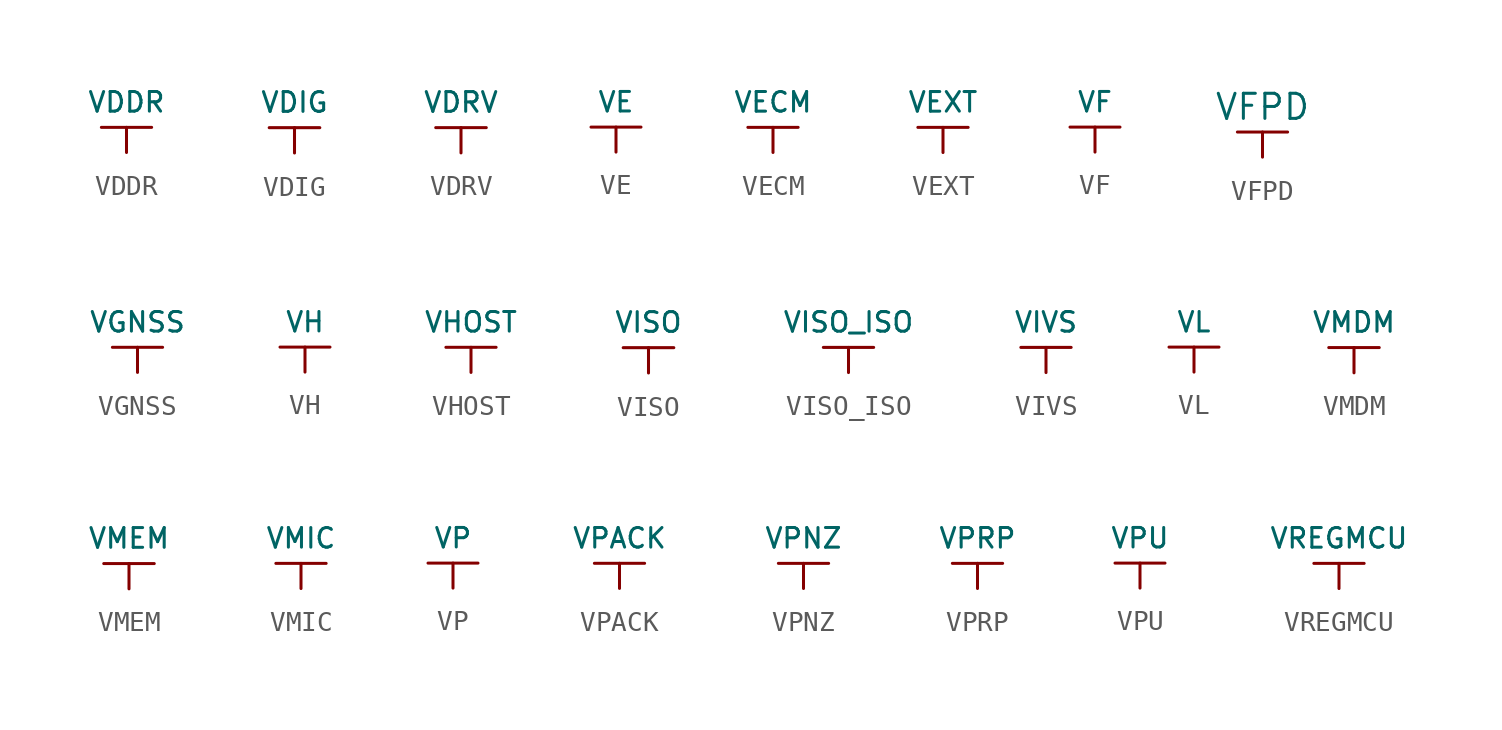
<source format=kicad_sym>
(kicad_symbol_lib
  (version 20220914)
  (generator kicad_symbol_editor)
  (symbol "VDDR"
    (power)
    (pin_numbers hide)
    (pin_names
      (offset 0) hide)
    (property "Reference" "#PWR"
      (at 0 -2.54 0)
      (effects (font (size 1.524 1.524)) hide))
    (property "Value" "VDDR"
      (at 0 1.27 0)
      (effects (font (size 0.991 0.991))))
    (property "Footprint" ""
      (at 0 0 0)
      (effects (font (size 1.524 1.524))))
    (property "Datasheet" ""
      (at 0 0 0)
      (effects (font (size 1.524 1.524))))
    (symbol "VDDR_0_1"
      (polyline (pts (xy -1.27 0) (xy 1.27 0)) (stroke (width 0) (type default)) (fill (type none))))
    (symbol "VDDR_1_1"
      (pin power_in line (at 0 -1.27 90) (length 1.27) (name "VDDR" (effects (font (size 1.27 1.27)))) (number "1" (effects (font (size 1.27 1.27)))))))
  (symbol "VDIG"
    (power)
    (pin_numbers hide)
    (pin_names
      (offset 0) hide)
    (property "Reference" "#PWR"
      (at 0 -2.54 0)
      (effects (font (size 1.524 1.524)) hide))
    (property "Value" "VDIG"
      (at 0 1.27 0)
      (effects (font (size 0.991 0.991))))
    (property "Footprint" ""
      (at 0 0 0)
      (effects (font (size 1.524 1.524))))
    (property "Datasheet" ""
      (at 0 0 0)
      (effects (font (size 1.524 1.524))))
    (symbol "VDIG_0_1"
      (polyline (pts (xy -1.27 0) (xy 1.27 0)) (stroke (width 0) (type default)) (fill (type none))))
    (symbol "VDIG_1_1"
      (pin power_in line (at 0 -1.27 90) (length 1.27) (name "VDIG" (effects (font (size 1.27 1.27)))) (number "1" (effects (font (size 1.27 1.27)))))))
  (symbol "VDRV"
    (power)
    (pin_numbers hide)
    (pin_names
      (offset 0) hide)
    (property "Reference" "#PWR"
      (at 0 -2.54 0)
      (effects (font (size 1.524 1.524)) hide))
    (property "Value" "VDRV"
      (at 0 1.27 0)
      (effects (font (size 0.991 0.991))))
    (property "Footprint" ""
      (at 0 0 0)
      (effects (font (size 1.524 1.524))))
    (property "Datasheet" ""
      (at 0 0 0)
      (effects (font (size 1.524 1.524))))
    (symbol "VDRV_0_1"
      (polyline (pts (xy -1.27 0) (xy 1.27 0)) (stroke (width 0) (type default)) (fill (type none))))
    (symbol "VDRV_1_1"
      (pin power_in line (at 0 -1.27 90) (length 1.27) (name "VDRV" (effects (font (size 1.27 1.27)))) (number "1" (effects (font (size 1.27 1.27)))))))
  (symbol "VE"
    (power)
    (pin_numbers hide)
    (pin_names
      (offset 0) hide)
    (property "Reference" "#PWR"
      (at 0 -2.54 0)
      (effects (font (size 1.524 1.524)) hide))
    (property "Value" "VE"
      (at 0 1.27 0)
      (effects (font (size 0.991 0.991))))
    (property "Footprint" ""
      (at 0 0 0)
      (effects (font (size 1.524 1.524))))
    (property "Datasheet" ""
      (at 0 0 0)
      (effects (font (size 1.524 1.524))))
    (symbol "VE_0_1"
      (polyline (pts (xy -1.27 0) (xy 1.27 0)) (stroke (width 0) (type default)) (fill (type none))))
    (symbol "VE_1_1"
      (pin power_in line (at 0 -1.27 90) (length 1.27) (name "VE" (effects (font (size 1.27 1.27)))) (number "1" (effects (font (size 1.27 1.27)))))))
  (symbol "VECM"
    (power)
    (pin_numbers hide)
    (pin_names
      (offset 0) hide)
    (property "Reference" "#PWR"
      (at 0 -2.54 0)
      (effects (font (size 1.524 1.524)) hide))
    (property "Value" "VECM"
      (at 0 1.27 0)
      (effects (font (size 0.991 0.991))))
    (property "Footprint" ""
      (at 0 0 0)
      (effects (font (size 1.524 1.524))))
    (property "Datasheet" ""
      (at 0 0 0)
      (effects (font (size 1.524 1.524))))
    (symbol "VECM_0_1"
      (polyline (pts (xy -1.27 0) (xy 1.27 0)) (stroke (width 0) (type default)) (fill (type none))))
    (symbol "VECM_1_1"
      (pin power_in line (at 0 -1.27 90) (length 1.27) (name "VECM" (effects (font (size 1.27 1.27)))) (number "1" (effects (font (size 1.27 1.27)))))))
  (symbol "VEXT"
    (power)
    (pin_numbers hide)
    (pin_names
      (offset 0) hide)
    (property "Reference" "#PWR"
      (at 0 -2.54 0)
      (effects (font (size 1.524 1.524)) hide))
    (property "Value" "VEXT"
      (at 0 1.27 0)
      (effects (font (size 0.991 0.991))))
    (property "Footprint" ""
      (at 0 0 0)
      (effects (font (size 1.524 1.524))))
    (property "Datasheet" ""
      (at 0 0 0)
      (effects (font (size 1.524 1.524))))
    (symbol "VEXT_0_1"
      (polyline (pts (xy -1.27 0) (xy 1.27 0)) (stroke (width 0) (type default)) (fill (type none))))
    (symbol "VEXT_1_1"
      (pin power_in line (at 0 -1.27 90) (length 1.27) (name "VEXT" (effects (font (size 1.27 1.27)))) (number "1" (effects (font (size 1.27 1.27)))))))
  (symbol "VF"
    (power)
    (pin_numbers hide)
    (pin_names
      (offset 0) hide)
    (property "Reference" "#PWR"
      (at 2.54 -1.27 0)
      (effects (font (size 0.991 0.991)) hide))
    (property "Value" "VF"
      (at 0 1.27 0)
      (effects (font (size 0.991 0.991))))
    (property "Footprint" ""
      (at 0 0 0)
      (effects (font (size 1.524 1.524))))
    (property "Datasheet" ""
      (at 0 0 0)
      (effects (font (size 1.524 1.524))))
    (symbol "VF_0_1"
      (polyline (pts (xy -1.27 0) (xy 1.27 0)) (stroke (width 0) (type default)) (fill (type none))))
    (symbol "VF_1_1"
      (pin power_in line (at 0 -1.27 90) (length 1.27) (name "VF" (effects (font (size 1.27 1.27)))) (number "1" (effects (font (size 1.27 1.27)))))))
  (symbol "VFPD"
    (power)
    (pin_numbers hide)
    (pin_names
      (offset 0) hide)
    (property "Reference" "#PWR"
      (at 3.81 -2.54 0)
      (effects (font (size 1.27 1.27)) hide))
    (property "Value" "VFPD"
      (at 0 1.27 0)
      (effects (font (size 1.27 1.27))))
    (symbol "VFPD_0_1"
      (polyline (pts (xy -1.27 0) (xy 1.27 0)) (stroke (width 0) (type default)) (fill (type none))))
    (symbol "VFPD_1_1"
      (pin power_in line (at 0 -1.27 90) (length 1.27) (name "VFPD" (effects (font (size 1.27 1.27)))) (number "1" (effects (font (size 1.27 1.27)))))))
  (symbol "VGNSS"
    (power)
    (pin_numbers hide)
    (pin_names
      (offset 0) hide)
    (property "Reference" "#PWR"
      (at 0 -2.54 0)
      (effects (font (size 1.524 1.524)) hide))
    (property "Value" "VGNSS"
      (at 0 1.27 0)
      (effects (font (size 0.991 0.991))))
    (property "Footprint" ""
      (at 0 0 0)
      (effects (font (size 1.524 1.524))))
    (property "Datasheet" ""
      (at 0 0 0)
      (effects (font (size 1.524 1.524))))
    (symbol "VGNSS_0_1"
      (polyline (pts (xy -1.27 0) (xy 1.27 0)) (stroke (width 0) (type default)) (fill (type none))))
    (symbol "VGNSS_1_1"
      (pin power_in line (at 0 -1.27 90) (length 1.27) (name "VGNSS" (effects (font (size 1.27 1.27)))) (number "1" (effects (font (size 1.27 1.27)))))))
  (symbol "VH"
    (power)
    (pin_numbers hide)
    (pin_names
      (offset 0) hide)
    (property "Reference" "#PWR"
      (at 0 -2.54 0)
      (effects (font (size 1.524 1.524)) hide))
    (property "Value" "VH"
      (at 0 1.27 0)
      (effects (font (size 0.991 0.991))))
    (property "Footprint" ""
      (at 0 0 0)
      (effects (font (size 1.524 1.524))))
    (property "Datasheet" ""
      (at 0 0 0)
      (effects (font (size 1.524 1.524))))
    (symbol "VH_0_1"
      (polyline (pts (xy -1.27 0) (xy 1.27 0)) (stroke (width 0) (type default)) (fill (type none))))
    (symbol "VH_1_1"
      (pin power_in line (at 0 -1.27 90) (length 1.27) (name "VH" (effects (font (size 1.27 1.27)))) (number "1" (effects (font (size 1.27 1.27)))))))
  (symbol "VHOST"
    (power)
    (pin_numbers hide)
    (pin_names
      (offset 0) hide)
    (property "Reference" "#PWR"
      (at 0 -2.54 0)
      (effects (font (size 1.524 1.524)) hide))
    (property "Value" "VHOST"
      (at 0 1.27 0)
      (effects (font (size 0.991 0.991))))
    (property "Footprint" ""
      (at 0 0 0)
      (effects (font (size 1.524 1.524))))
    (property "Datasheet" ""
      (at 0 0 0)
      (effects (font (size 1.524 1.524))))
    (symbol "VHOST_0_1"
      (polyline (pts (xy -1.27 0) (xy 1.27 0)) (stroke (width 0) (type default)) (fill (type none))))
    (symbol "VHOST_1_1"
      (pin power_in line (at 0 -1.27 90) (length 1.27) (name "VHOST" (effects (font (size 1.27 1.27)))) (number "1" (effects (font (size 1.27 1.27)))))))
  (symbol "VISO"
    (power)
    (pin_numbers hide)
    (pin_names
      (offset 0) hide)
    (property "Reference" "#PWR"
      (at 0 -2.54 0)
      (effects (font (size 1.524 1.524)) hide))
    (property "Value" "VISO"
      (at 0 1.27 0)
      (effects (font (size 0.991 0.991))))
    (property "Footprint" ""
      (at 0 0 0)
      (effects (font (size 1.524 1.524))))
    (property "Datasheet" ""
      (at 0 0 0)
      (effects (font (size 1.524 1.524))))
    (symbol "VISO_0_1"
      (polyline (pts (xy -1.27 0) (xy 1.27 0)) (stroke (width 0) (type default)) (fill (type none))))
    (symbol "VISO_1_1"
      (pin power_in line (at 0 -1.27 90) (length 1.27) (name "VISO" (effects (font (size 1.27 1.27)))) (number "1" (effects (font (size 1.27 1.27)))))))
  (symbol "VISO_ISO"
    (power)
    (pin_numbers hide)
    (pin_names
      (offset 0) hide)
    (property "Reference" "#PWR"
      (at 0 -2.54 0)
      (effects (font (size 1.524 1.524)) hide))
    (property "Value" "VISO_ISO"
      (at 0 1.27 0)
      (effects (font (size 0.991 0.991))))
    (property "Footprint" ""
      (at 0 0 0)
      (effects (font (size 1.524 1.524))))
    (property "Datasheet" ""
      (at 0 0 0)
      (effects (font (size 1.524 1.524))))
    (symbol "VISO_ISO_0_1"
      (polyline (pts (xy -1.27 0) (xy 1.27 0)) (stroke (width 0) (type default)) (fill (type none))))
    (symbol "VISO_ISO_1_1"
      (pin power_in line (at 0 -1.27 90) (length 1.27) (name "VISO_ISO" (effects (font (size 1.27 1.27)))) (number "1" (effects (font (size 1.27 1.27)))))))
  (symbol "VIVS"
    (power)
    (pin_numbers hide)
    (pin_names
      (offset 0) hide)
    (property "Reference" "#PWR"
      (at 0 -2.54 0)
      (effects (font (size 1.524 1.524)) hide))
    (property "Value" "VIVS"
      (at 0 1.27 0)
      (effects (font (size 0.991 0.991))))
    (property "Footprint" ""
      (at 0 0 0)
      (effects (font (size 1.524 1.524))))
    (property "Datasheet" ""
      (at 0 0 0)
      (effects (font (size 1.524 1.524))))
    (symbol "VIVS_0_1"
      (polyline (pts (xy -1.27 0) (xy 1.27 0)) (stroke (width 0) (type default)) (fill (type none))))
    (symbol "VIVS_1_1"
      (pin power_in line (at 0 -1.27 90) (length 1.27) (name "VIVS" (effects (font (size 1.27 1.27)))) (number "1" (effects (font (size 1.27 1.27)))))))
  (symbol "VL"
    (power)
    (pin_numbers hide)
    (pin_names
      (offset 0) hide)
    (property "Reference" "#PWR"
      (at 0 -2.54 0)
      (effects (font (size 1.524 1.524)) hide))
    (property "Value" "VL"
      (at 0 1.27 0)
      (effects (font (size 0.991 0.991))))
    (property "Footprint" ""
      (at 0 0 0)
      (effects (font (size 1.524 1.524))))
    (property "Datasheet" ""
      (at 0 0 0)
      (effects (font (size 1.524 1.524))))
    (symbol "VL_0_1"
      (polyline (pts (xy -1.27 0) (xy 1.27 0)) (stroke (width 0) (type default)) (fill (type none))))
    (symbol "VL_1_1"
      (pin power_in line (at 0 -1.27 90) (length 1.27) (name "VL" (effects (font (size 1.27 1.27)))) (number "1" (effects (font (size 1.27 1.27)))))))
  (symbol "VMDM"
    (power)
    (pin_numbers hide)
    (pin_names
      (offset 0) hide)
    (property "Reference" "#PWR"
      (at 0 -2.54 0)
      (effects (font (size 1.524 1.524)) hide))
    (property "Value" "VMDM"
      (at 0 1.27 0)
      (effects (font (size 0.991 0.991))))
    (property "Footprint" ""
      (at 0 0 0)
      (effects (font (size 1.524 1.524))))
    (property "Datasheet" ""
      (at 0 0 0)
      (effects (font (size 1.524 1.524))))
    (symbol "VMDM_0_1"
      (polyline (pts (xy -1.27 0) (xy 1.27 0)) (stroke (width 0) (type default)) (fill (type none))))
    (symbol "VMDM_1_1"
      (pin power_in line (at 0 -1.27 90) (length 1.27) (name "VMDM" (effects (font (size 1.27 1.27)))) (number "1" (effects (font (size 1.27 1.27)))))))
  (symbol "VMEM"
    (power)
    (pin_numbers hide)
    (pin_names
      (offset 0) hide)
    (property "Reference" "#PWR"
      (at 0 -2.54 0)
      (effects (font (size 1.524 1.524)) hide))
    (property "Value" "VMEM"
      (at 0 1.27 0)
      (effects (font (size 0.991 0.991))))
    (property "Footprint" ""
      (at 0 0 0)
      (effects (font (size 1.524 1.524))))
    (property "Datasheet" ""
      (at 0 0 0)
      (effects (font (size 1.524 1.524))))
    (symbol "VMEM_0_1"
      (polyline (pts (xy -1.27 0) (xy 1.27 0)) (stroke (width 0) (type default)) (fill (type none))))
    (symbol "VMEM_1_1"
      (pin power_in line (at 0 -1.27 90) (length 1.27) (name "VMEM" (effects (font (size 1.27 1.27)))) (number "1" (effects (font (size 1.27 1.27)))))))
  (symbol "VMIC"
    (power)
    (pin_numbers hide)
    (pin_names
      (offset 0) hide)
    (property "Reference" "#PWR"
      (at 0 -2.54 0)
      (effects (font (size 1.524 1.524)) hide))
    (property "Value" "VMIC"
      (at 0 1.27 0)
      (effects (font (size 0.991 0.991))))
    (property "Footprint" ""
      (at 0 0 0)
      (effects (font (size 1.524 1.524))))
    (property "Datasheet" ""
      (at 0 0 0)
      (effects (font (size 1.524 1.524))))
    (symbol "VMIC_0_1"
      (polyline (pts (xy -1.27 0) (xy 1.27 0)) (stroke (width 0) (type default)) (fill (type none))))
    (symbol "VMIC_1_1"
      (pin power_in line (at 0 -1.27 90) (length 1.27) (name "VMIC" (effects (font (size 1.27 1.27)))) (number "1" (effects (font (size 1.27 1.27)))))))
  (symbol "VP"
    (power)
    (pin_numbers hide)
    (pin_names
      (offset 0) hide)
    (property "Reference" "#PWR"
      (at 0 -2.54 0)
      (effects (font (size 1.524 1.524)) hide))
    (property "Value" "VP"
      (at 0 1.27 0)
      (effects (font (size 0.991 0.991))))
    (property "Footprint" ""
      (at 0 0 0)
      (effects (font (size 1.524 1.524))))
    (property "Datasheet" ""
      (at 0 0 0)
      (effects (font (size 1.524 1.524))))
    (symbol "VP_0_1"
      (polyline (pts (xy -1.27 0) (xy 1.27 0)) (stroke (width 0) (type default)) (fill (type none))))
    (symbol "VP_1_1"
      (pin power_in line (at 0 -1.27 90) (length 1.27) (name "VP" (effects (font (size 1.27 1.27)))) (number "1" (effects (font (size 1.27 1.27)))))))
  (symbol "VPACK"
    (power)
    (pin_numbers hide)
    (pin_names
      (offset 0) hide)
    (property "Reference" "#PWR"
      (at 0 -2.54 0)
      (effects (font (size 1.524 1.524)) hide))
    (property "Value" "VPACK"
      (at 0 1.27 0)
      (effects (font (size 0.991 0.991))))
    (property "Footprint" ""
      (at 0 0 0)
      (effects (font (size 1.524 1.524))))
    (property "Datasheet" ""
      (at 0 0 0)
      (effects (font (size 1.524 1.524))))
    (symbol "VPACK_0_1"
      (polyline (pts (xy -1.27 0) (xy 1.27 0)) (stroke (width 0) (type default)) (fill (type none))))
    (symbol "VPACK_1_1"
      (pin power_in line (at 0 -1.27 90) (length 1.27) (name "VPACK" (effects (font (size 1.27 1.27)))) (number "1" (effects (font (size 1.27 1.27)))))))
  (symbol "VPNZ"
    (power)
    (pin_numbers hide)
    (pin_names
      (offset 0) hide)
    (property "Reference" "#PWR"
      (at 0 -2.54 0)
      (effects (font (size 1.524 1.524)) hide))
    (property "Value" "VPNZ"
      (at 0 1.27 0)
      (effects (font (size 0.991 0.991))))
    (property "Footprint" ""
      (at 0 0 0)
      (effects (font (size 1.524 1.524))))
    (property "Datasheet" ""
      (at 0 0 0)
      (effects (font (size 1.524 1.524))))
    (symbol "VPNZ_0_1"
      (polyline (pts (xy -1.27 0) (xy 1.27 0)) (stroke (width 0) (type default)) (fill (type none))))
    (symbol "VPNZ_1_1"
      (pin power_in line (at 0 -1.27 90) (length 1.27) (name "VPNZ" (effects (font (size 1.27 1.27)))) (number "1" (effects (font (size 1.27 1.27)))))))
  (symbol "VPRP"
    (power)
    (pin_numbers hide)
    (pin_names
      (offset 0) hide)
    (property "Reference" "#PWR"
      (at 0 -2.54 0)
      (effects (font (size 1.524 1.524)) hide))
    (property "Value" "VPRP"
      (at 0 1.27 0)
      (effects (font (size 0.991 0.991))))
    (property "Footprint" ""
      (at 0 0 0)
      (effects (font (size 1.524 1.524))))
    (property "Datasheet" ""
      (at 0 0 0)
      (effects (font (size 1.524 1.524))))
    (symbol "VPRP_0_1"
      (polyline (pts (xy -1.27 0) (xy 1.27 0)) (stroke (width 0) (type default)) (fill (type none))))
    (symbol "VPRP_1_1"
      (pin power_in line (at 0 -1.27 90) (length 1.27) (name "VPRP" (effects (font (size 1.27 1.27)))) (number "1" (effects (font (size 1.27 1.27)))))))
  (symbol "VPU"
    (power)
    (pin_numbers hide)
    (pin_names
      (offset 0) hide)
    (property "Reference" "#PWR"
      (at 0 -5.08 0)
      (effects (font (size 1.524 1.524)) hide))
    (property "Value" "VPU"
      (at 0 1.27 0)
      (effects (font (size 0.991 0.991))))
    (property "Footprint" ""
      (at 0 0 0)
      (effects (font (size 1.524 1.524))))
    (property "Datasheet" ""
      (at 0 0 0)
      (effects (font (size 1.524 1.524))))
    (symbol "VPU_0_1"
      (polyline (pts (xy -1.27 0) (xy 1.27 0)) (stroke (width 0) (type default)) (fill (type none))))
    (symbol "VPU_1_1"
      (pin power_in line (at 0 -1.27 90) (length 1.27) (name "VPU" (effects (font (size 1.27 1.27)))) (number "" (effects (font (size 1.27 1.27)))))))
  (symbol "VREGMCU"
    (power)
    (pin_numbers hide)
    (pin_names
      (offset 0) hide)
    (property "Reference" "#PWR"
      (at 0 -2.54 0)
      (effects (font (size 1.524 1.524)) hide))
    (property "Value" "VREGMCU"
      (at 0 1.27 0)
      (effects (font (size 0.991 0.991))))
    (property "Footprint" ""
      (at 0 0 0)
      (effects (font (size 1.524 1.524))))
    (property "Datasheet" ""
      (at 0 0 0)
      (effects (font (size 1.524 1.524))))
    (symbol "VREGMCU_0_1"
      (polyline (pts (xy -1.27 0) (xy 1.27 0)) (stroke (width 0) (type default)) (fill (type none))))
    (symbol "VREGMCU_1_1"
      (pin power_in line (at 0 -1.27 90) (length 1.27) (name "VREGMCU" (effects (font (size 1.27 1.27)))) (number "1" (effects (font (size 1.27 1.27))))))))
</source>
